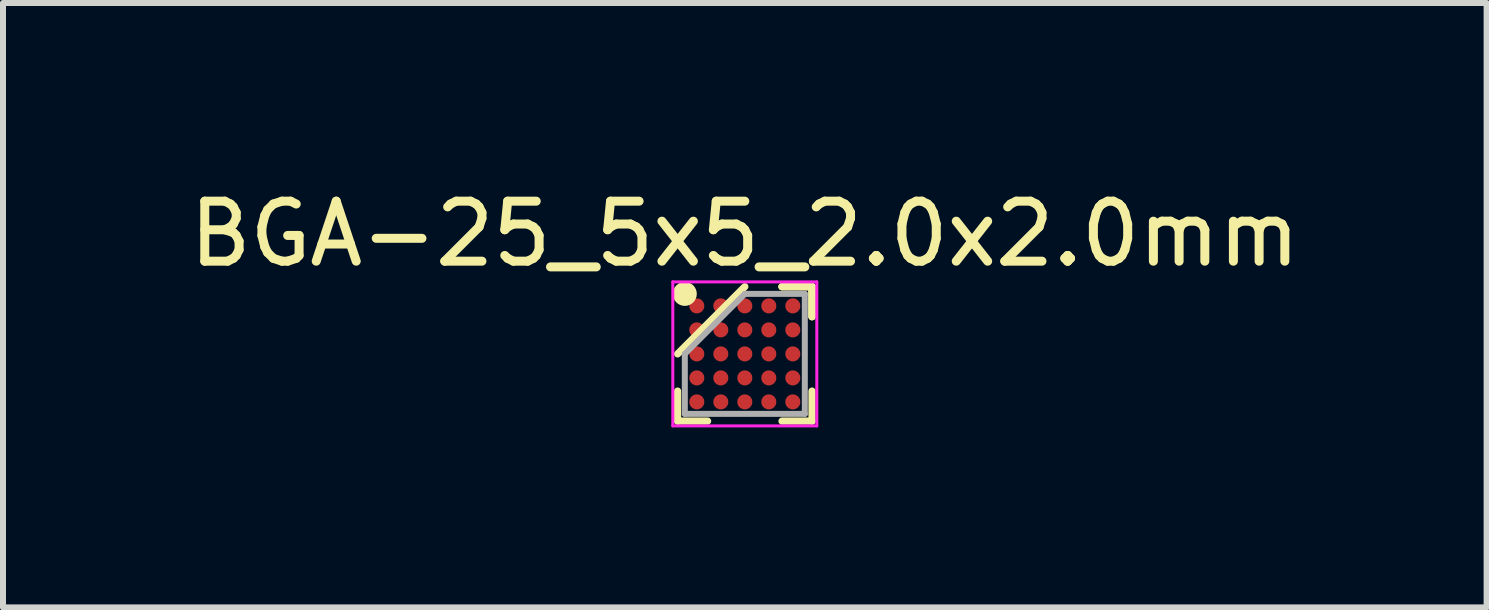
<source format=kicad_pcb>
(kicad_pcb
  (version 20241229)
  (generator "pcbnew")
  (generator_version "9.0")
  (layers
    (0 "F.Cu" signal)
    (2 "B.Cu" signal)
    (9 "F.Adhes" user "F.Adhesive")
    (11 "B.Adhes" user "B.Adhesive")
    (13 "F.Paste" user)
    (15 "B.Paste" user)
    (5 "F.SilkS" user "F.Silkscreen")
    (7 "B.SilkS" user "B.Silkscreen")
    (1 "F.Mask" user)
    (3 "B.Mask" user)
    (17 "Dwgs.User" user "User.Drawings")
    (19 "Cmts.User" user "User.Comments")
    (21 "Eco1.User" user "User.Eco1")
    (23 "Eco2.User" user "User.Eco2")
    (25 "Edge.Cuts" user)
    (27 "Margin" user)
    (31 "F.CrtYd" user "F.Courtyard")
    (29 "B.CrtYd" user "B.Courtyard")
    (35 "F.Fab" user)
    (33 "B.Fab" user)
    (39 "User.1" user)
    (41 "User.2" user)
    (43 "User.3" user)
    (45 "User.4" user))
  (footprint "BGA-25_5x5_2.0x2.0mm"
    (layer "F.Cu")
    (at 9.363 2.848)
    (property "Reference" "BGA-25_5x5_2.0x2.0mm" (at 0 -2 0) (layer "F.SilkS") (effects (font (size 1 1) (thickness 0.15))))
    (attr smd)
    (fp_line (start -1.12 1.12) (end -1.12 0.62) (stroke (width 0.12) (type solid)) (layer "F.SilkS"))
    (fp_line (start -0.62 1.12) (end -1.12 1.12) (stroke (width 0.12) (type solid)) (layer "F.SilkS"))
    (fp_line (start 0 -1.12) (end -1.12 0) (stroke (width 0.12) (type solid)) (layer "F.SilkS"))
    (fp_line (start 0.62 -1.12) (end 1.12 -1.12) (stroke (width 0.12) (type solid)) (layer "F.SilkS"))
    (fp_line (start 0.62 -1.12) (end 1.12 -1.12) (stroke (width 0.12) (type solid)) (layer "F.SilkS"))
    (fp_line (start 0.62 -1.12) (end 1.12 -1.12) (stroke (width 0.12) (type solid)) (layer "F.SilkS"))
    (fp_line (start 0.62 1.12) (end 1.12 1.12) (stroke (width 0.12) (type solid)) (layer "F.SilkS"))
    (fp_line (start 1.12 -1.12) (end 1.12 -0.62) (stroke (width 0.12) (type solid)) (layer "F.SilkS"))
    (fp_line (start 1.12 -1.12) (end 1.12 -0.62) (stroke (width 0.12) (type solid)) (layer "F.SilkS"))
    (fp_line (start 1.12 -1.12) (end 1.12 -0.62) (stroke (width 0.12) (type solid)) (layer "F.SilkS"))
    (fp_line (start 1.12 1.12) (end 1.12 0.62) (stroke (width 0.12) (type solid)) (layer "F.SilkS"))
    (fp_circle (center -1 -1) (end -1 -0.9) (stroke (width 0.2) (type solid)) (fill no) (layer "F.SilkS"))
    (fp_line (start -1.2 -1.2) (end 1.2 -1.2) (stroke (width 0.05) (type solid)) (layer "F.CrtYd"))
    (fp_line (start -1.2 1.2) (end -1.2 -1.2) (stroke (width 0.05) (type solid)) (layer "F.CrtYd"))
    (fp_line (start 1.2 -1.2) (end 1.2 1.2) (stroke (width 0.05) (type solid)) (layer "F.CrtYd"))
    (fp_line (start 1.2 1.2) (end -1.2 1.2) (stroke (width 0.05) (type solid)) (layer "F.CrtYd"))
    (fp_line (start -1 0) (end -1 1) (stroke (width 0.1) (type solid)) (layer "F.Fab"))
    (fp_line (start -1 1) (end 1 1) (stroke (width 0.1) (type solid)) (layer "F.Fab"))
    (fp_line (start 0 -1) (end -1 0) (stroke (width 0.1) (type solid)) (layer "F.Fab"))
    (fp_line (start 1 -1) (end 0 -1) (stroke (width 0.1) (type solid)) (layer "F.Fab"))
    (fp_line (start 1 1) (end 1 -1) (stroke (width 0.1) (type solid)) (layer "F.Fab"))
    (pad "A1" smd circle (at -0.8 -0.8) (size 0.25 0.25) (layers "F.Cu" "F.Mask" "F.Paste"))
    (pad "A2" smd circle (at -0.4 -0.8) (size 0.25 0.25) (layers "F.Cu" "F.Mask" "F.Paste"))
    (pad "A3" smd circle (at 0 -0.8) (size 0.25 0.25) (layers "F.Cu" "F.Mask" "F.Paste"))
    (pad "A4" smd circle (at 0.4 -0.8) (size 0.25 0.25) (layers "F.Cu" "F.Mask" "F.Paste"))
    (pad "A5" smd circle (at 0.8 -0.8) (size 0.25 0.25) (layers "F.Cu" "F.Mask" "F.Paste"))
    (pad "B1" smd circle (at -0.8 -0.4) (size 0.25 0.25) (layers "F.Cu" "F.Mask" "F.Paste"))
    (pad "B2" smd circle (at -0.4 -0.4) (size 0.25 0.25) (layers "F.Cu" "F.Mask" "F.Paste"))
    (pad "B3" smd circle (at 0 -0.4) (size 0.25 0.25) (layers "F.Cu" "F.Mask" "F.Paste"))
    (pad "B4" smd circle (at 0.4 -0.4) (size 0.25 0.25) (layers "F.Cu" "F.Mask" "F.Paste"))
    (pad "B5" smd circle (at 0.8 -0.4) (size 0.25 0.25) (layers "F.Cu" "F.Mask" "F.Paste"))
    (pad "C1" smd circle (at -0.8 0) (size 0.25 0.25) (layers "F.Cu" "F.Mask" "F.Paste"))
    (pad "C2" smd circle (at -0.4 0) (size 0.25 0.25) (layers "F.Cu" "F.Mask" "F.Paste"))
    (pad "C3" smd circle (at 0 0) (size 0.25 0.25) (layers "F.Cu" "F.Mask" "F.Paste"))
    (pad "C4" smd circle (at 0.4 0) (size 0.25 0.25) (layers "F.Cu" "F.Mask" "F.Paste"))
    (pad "C5" smd circle (at 0.8 0) (size 0.25 0.25) (layers "F.Cu" "F.Mask" "F.Paste"))
    (pad "D1" smd circle (at -0.8 0.4) (size 0.25 0.25) (layers "F.Cu" "F.Mask" "F.Paste"))
    (pad "D2" smd circle (at -0.4 0.4) (size 0.25 0.25) (layers "F.Cu" "F.Mask" "F.Paste"))
    (pad "D3" smd circle (at 0 0.4) (size 0.25 0.25) (layers "F.Cu" "F.Mask" "F.Paste"))
    (pad "D4" smd circle (at 0.4 0.4) (size 0.25 0.25) (layers "F.Cu" "F.Mask" "F.Paste"))
    (pad "D5" smd circle (at 0.8 0.4) (size 0.25 0.25) (layers "F.Cu" "F.Mask" "F.Paste"))
    (pad "E1" smd circle (at -0.8 0.8) (size 0.25 0.25) (layers "F.Cu" "F.Mask" "F.Paste"))
    (pad "E2" smd circle (at -0.4 0.8) (size 0.25 0.25) (layers "F.Cu" "F.Mask" "F.Paste"))
    (pad "E3" smd circle (at 0 0.8) (size 0.25 0.25) (layers "F.Cu" "F.Mask" "F.Paste"))
    (pad "E4" smd circle (at 0.4 0.8) (size 0.25 0.25) (layers "F.Cu" "F.Mask" "F.Paste"))
    (pad "E5" smd circle (at 0.8 0.8) (size 0.25 0.25) (layers "F.Cu" "F.Mask" "F.Paste")))
  (gr_rect
    (start -3 -3)
    (end 21.726 7.073)
    (stroke (width 0.1) (type default))
    (fill no)
    (layer "Edge.Cuts")))
</source>
